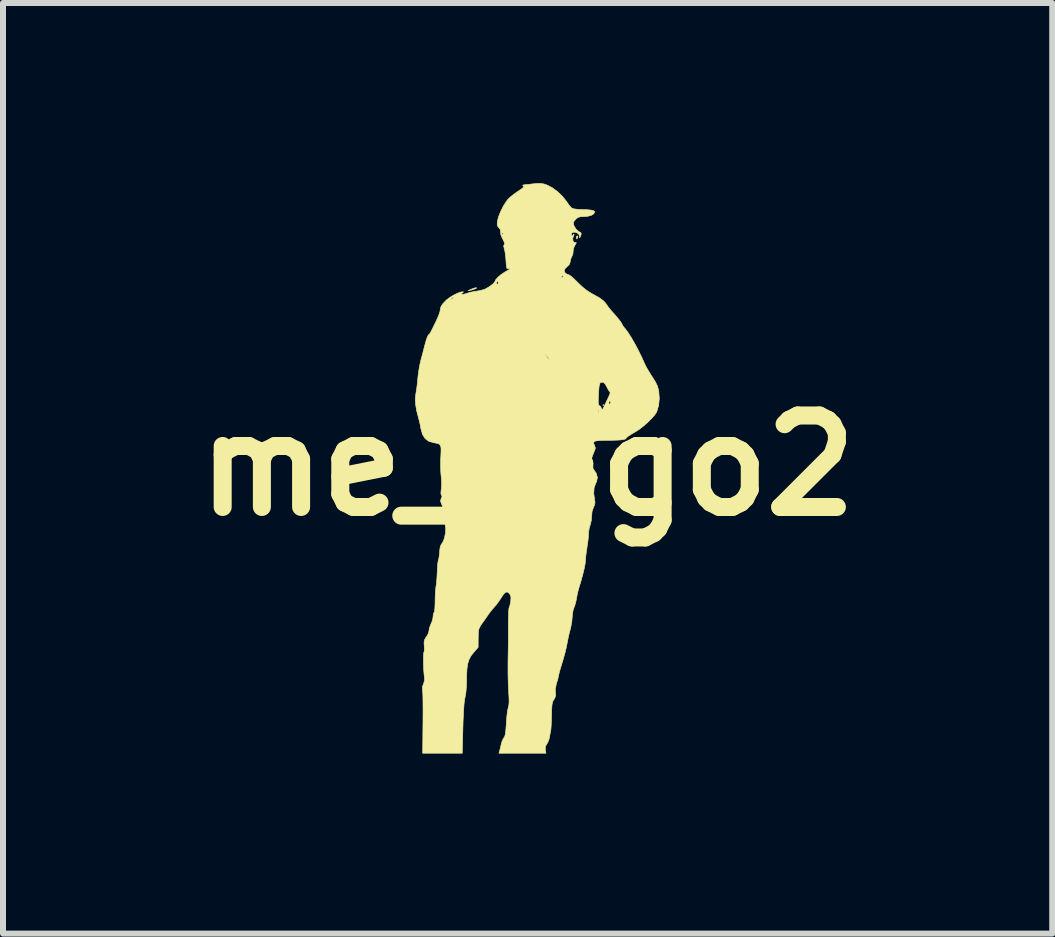
<source format=kicad_pcb>
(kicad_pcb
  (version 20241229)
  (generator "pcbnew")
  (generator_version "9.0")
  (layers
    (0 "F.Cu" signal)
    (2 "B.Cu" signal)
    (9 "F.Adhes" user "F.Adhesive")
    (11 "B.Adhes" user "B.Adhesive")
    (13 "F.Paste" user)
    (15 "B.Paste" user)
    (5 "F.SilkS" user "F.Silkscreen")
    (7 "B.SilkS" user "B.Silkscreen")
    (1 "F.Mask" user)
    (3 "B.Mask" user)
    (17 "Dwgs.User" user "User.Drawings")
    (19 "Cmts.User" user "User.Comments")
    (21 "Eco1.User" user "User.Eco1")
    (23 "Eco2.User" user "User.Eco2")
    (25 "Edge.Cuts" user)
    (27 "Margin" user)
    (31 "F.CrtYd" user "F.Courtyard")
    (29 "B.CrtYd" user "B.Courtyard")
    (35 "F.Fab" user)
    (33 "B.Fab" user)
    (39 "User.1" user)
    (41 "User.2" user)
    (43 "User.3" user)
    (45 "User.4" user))
  (footprint "me_logo2"
    (layer "F.Cu")
    (at 5.74 4.707)
    (property "Reference" "me_logo2" (at 0 0 0) (layer "F.SilkS") (effects (font (size 1.524 1.524) (thickness 0.3))))
    (attr through_hole)
    (fp_poly (pts (xy 1.27 -1.008) (xy 1.262 -0.999) (xy 1.253 -1.008) (xy 1.262 -1.016) (xy 1.27 -1.008)) (stroke (width 0.01) (type solid)) (fill yes) (layer "F.SilkS"))
    (fp_poly (pts (xy 0.839 -3.815) (xy 0.836 -3.802) (xy 0.824 -3.779) (xy 0.819 -3.776) (xy 0.814 -3.79) (xy 0.813 -3.802) (xy 0.822 -3.824) (xy 0.829 -3.827) (xy 0.839 -3.815)) (stroke (width 0.01) (type solid)) (fill yes) (layer "F.SilkS"))
    (fp_poly (pts (xy -0.852 -2.956) (xy -0.864 -2.948) (xy -0.898 -2.935) (xy -0.94 -2.924) (xy -0.991 -2.914) (xy -0.94 -2.938) (xy -0.902 -2.953) (xy -0.87 -2.962) (xy -0.851 -2.963) (xy -0.852 -2.956)) (stroke (width 0.01) (type solid)) (fill yes) (layer "F.SilkS"))
    (fp_poly (pts (xy 0.268 -4.693) (xy 0.324 -4.674) (xy 0.41 -4.63) (xy 0.499 -4.564) (xy 0.582 -4.485) (xy 0.649 -4.4) (xy 0.658 -4.387) (xy 0.692 -4.338) (xy 0.725 -4.3) (xy 0.742 -4.286) (xy 0.774 -4.277) (xy 0.829 -4.27) (xy 0.894 -4.266) (xy 0.899 -4.266) (xy 0.995 -4.263) (xy 1.061 -4.256) (xy 1.1 -4.246) (xy 1.117 -4.232) (xy 1.118 -4.225) (xy 1.102 -4.194) (xy 1.06 -4.169) (xy 0.998 -4.153) (xy 0.94 -4.149) (xy 0.879 -4.146) (xy 0.839 -4.134) (xy 0.807 -4.11) (xy 0.804 -4.107) (xy 0.775 -4.072) (xy 0.762 -4.044) (xy 0.762 -4.042) (xy 0.774 -3.993) (xy 0.805 -3.942) (xy 0.844 -3.904) (xy 0.855 -3.898) (xy 0.887 -3.88) (xy 0.894 -3.858) (xy 0.881 -3.819) (xy 0.881 -3.818) (xy 0.869 -3.796) (xy 0.866 -3.805) (xy 0.865 -3.823) (xy 0.852 -3.856) (xy 0.822 -3.878) (xy 0.784 -3.889) (xy 0.751 -3.886) (xy 0.73 -3.866) (xy 0.728 -3.853) (xy 0.737 -3.83) (xy 0.745 -3.827) (xy 0.761 -3.84) (xy 0.762 -3.847) (xy 0.769 -3.858) (xy 0.773 -3.856) (xy 0.773 -3.836) (xy 0.764 -3.82) (xy 0.752 -3.79) (xy 0.754 -3.754) (xy 0.766 -3.725) (xy 0.786 -3.714) (xy 0.789 -3.715) (xy 0.809 -3.719) (xy 0.809 -3.705) (xy 0.788 -3.669) (xy 0.784 -3.663) (xy 0.764 -3.615) (xy 0.759 -3.571) (xy 0.754 -3.521) (xy 0.738 -3.485) (xy 0.717 -3.438) (xy 0.711 -3.4) (xy 0.697 -3.353) (xy 0.66 -3.316) (xy 0.627 -3.285) (xy 0.61 -3.255) (xy 0.61 -3.251) (xy 0.624 -3.212) (xy 0.658 -3.187) (xy 0.676 -3.183) (xy 0.7 -3.172) (xy 0.739 -3.143) (xy 0.782 -3.103) (xy 0.856 -3.03) (xy 0.914 -2.976) (xy 0.965 -2.934) (xy 1.016 -2.898) (xy 1.075 -2.863) (xy 1.121 -2.838) (xy 1.204 -2.79) (xy 1.261 -2.748) (xy 1.298 -2.708) (xy 1.307 -2.696) (xy 1.342 -2.645) (xy 1.387 -2.589) (xy 1.408 -2.565) (xy 1.462 -2.504) (xy 1.511 -2.446) (xy 1.549 -2.397) (xy 1.571 -2.363) (xy 1.575 -2.352) (xy 1.585 -2.332) (xy 1.612 -2.297) (xy 1.63 -2.276) (xy 1.672 -2.22) (xy 1.724 -2.138) (xy 1.782 -2.039) (xy 1.841 -1.928) (xy 1.899 -1.811) (xy 1.951 -1.695) (xy 1.956 -1.685) (xy 1.978 -1.64) (xy 2.014 -1.579) (xy 2.056 -1.51) (xy 2.077 -1.479) (xy 2.128 -1.397) (xy 2.161 -1.33) (xy 2.18 -1.267) (xy 2.185 -1.242) (xy 2.194 -1.12) (xy 2.183 -1.002) (xy 2.152 -0.898) (xy 2.146 -0.885) (xy 2.116 -0.841) (xy 2.066 -0.785) (xy 2.003 -0.722) (xy 1.935 -0.662) (xy 1.868 -0.609) (xy 1.816 -0.575) (xy 1.728 -0.523) (xy 1.671 -0.486) (xy 1.645 -0.462) (xy 1.643 -0.457) (xy 1.631 -0.444) (xy 1.594 -0.433) (xy 1.53 -0.426) (xy 1.436 -0.422) (xy 1.335 -0.421) (xy 1.236 -0.42) (xy 1.166 -0.415) (xy 1.123 -0.407) (xy 1.103 -0.392) (xy 1.101 -0.369) (xy 1.114 -0.338) (xy 1.117 -0.331) (xy 1.129 -0.291) (xy 1.118 -0.255) (xy 1.102 -0.218) (xy 1.081 -0.163) (xy 1.065 -0.116) (xy 1.031 -0.014) (xy 1.09 0.051) (xy 1.143 0.127) (xy 1.163 0.199) (xy 1.149 0.269) (xy 1.136 0.293) (xy 1.108 0.37) (xy 1.102 0.466) (xy 1.117 0.565) (xy 1.123 0.62) (xy 1.111 0.668) (xy 1.099 0.692) (xy 1.074 0.766) (xy 1.067 0.843) (xy 1.062 0.908) (xy 1.049 0.971) (xy 1.041 0.993) (xy 1.025 1.05) (xy 1.016 1.116) (xy 1.016 1.132) (xy 1.013 1.187) (xy 1.005 1.261) (xy 0.993 1.339) (xy 0.991 1.355) (xy 0.979 1.432) (xy 0.97 1.507) (xy 0.965 1.566) (xy 0.965 1.575) (xy 0.959 1.634) (xy 0.943 1.718) (xy 0.917 1.823) (xy 0.884 1.942) (xy 0.856 2.032) (xy 0.839 2.093) (xy 0.823 2.167) (xy 0.815 2.213) (xy 0.802 2.278) (xy 0.785 2.336) (xy 0.773 2.366) (xy 0.758 2.41) (xy 0.747 2.472) (xy 0.743 2.525) (xy 0.736 2.604) (xy 0.72 2.69) (xy 0.709 2.735) (xy 0.69 2.806) (xy 0.672 2.891) (xy 0.658 2.963) (xy 0.643 3.037) (xy 0.621 3.128) (xy 0.595 3.221) (xy 0.582 3.263) (xy 0.558 3.342) (xy 0.536 3.416) (xy 0.521 3.475) (xy 0.516 3.5) (xy 0.503 3.559) (xy 0.483 3.624) (xy 0.479 3.636) (xy 0.461 3.73) (xy 0.464 3.777) (xy 0.467 3.832) (xy 0.452 3.876) (xy 0.439 3.897) (xy 0.424 3.921) (xy 0.413 3.95) (xy 0.406 3.991) (xy 0.402 4.049) (xy 0.399 4.131) (xy 0.398 4.171) (xy 0.396 4.256) (xy 0.393 4.33) (xy 0.389 4.387) (xy 0.385 4.417) (xy 0.385 4.42) (xy 0.377 4.452) (xy 0.369 4.501) (xy 0.367 4.516) (xy 0.353 4.574) (xy 0.328 4.627) (xy 0.322 4.634) (xy 0.296 4.682) (xy 0.295 4.733) (xy 0.296 4.737) (xy 0.306 4.792) (xy -0.478 4.792) (xy -0.466 4.754) (xy -0.456 4.714) (xy -0.443 4.659) (xy -0.439 4.641) (xy -0.423 4.587) (xy -0.402 4.544) (xy -0.395 4.535) (xy -0.381 4.512) (xy -0.371 4.473) (xy -0.363 4.412) (xy -0.356 4.325) (xy -0.355 4.296) (xy -0.349 4.21) (xy -0.34 4.131) (xy -0.331 4.068) (xy -0.322 4.032) (xy -0.312 3.992) (xy -0.308 3.936) (xy -0.31 3.858) (xy -0.314 3.795) (xy -0.322 3.642) (xy -0.326 3.462) (xy -0.326 3.262) (xy -0.323 3.099) (xy -0.322 3.038) (xy -0.321 2.952) (xy -0.321 2.851) (xy -0.321 2.742) (xy -0.321 2.677) (xy -0.32 2.58) (xy -0.318 2.494) (xy -0.315 2.425) (xy -0.311 2.38) (xy -0.307 2.364) (xy -0.297 2.337) (xy -0.286 2.29) (xy -0.281 2.259) (xy -0.277 2.201) (xy -0.284 2.162) (xy -0.302 2.133) (xy -0.333 2.107) (xy -0.365 2.109) (xy -0.4 2.141) (xy -0.436 2.196) (xy -0.475 2.256) (xy -0.524 2.321) (xy -0.551 2.353) (xy -0.594 2.402) (xy -0.631 2.449) (xy -0.648 2.472) (xy -0.672 2.507) (xy -0.708 2.559) (xy -0.748 2.616) (xy -0.749 2.616) (xy -0.783 2.665) (xy -0.804 2.703) (xy -0.816 2.739) (xy -0.821 2.786) (xy -0.822 2.854) (xy -0.823 2.873) (xy -0.824 3.028) (xy -0.893 3.107) (xy -0.941 3.167) (xy -0.975 3.229) (xy -0.997 3.299) (xy -1.01 3.385) (xy -1.016 3.494) (xy -1.016 3.55) (xy -1.019 3.671) (xy -1.027 3.774) (xy -1.04 3.851) (xy -1.041 3.855) (xy -1.052 3.912) (xy -1.061 3.998) (xy -1.068 4.114) (xy -1.075 4.261) (xy -1.078 4.373) (xy -1.089 4.792) (xy -1.748 4.792) (xy -1.743 4.288) (xy -1.742 4.159) (xy -1.742 4.039) (xy -1.743 3.933) (xy -1.744 3.845) (xy -1.747 3.781) (xy -1.75 3.744) (xy -1.751 3.74) (xy -1.752 3.682) (xy -1.735 3.64) (xy -1.716 3.575) (xy -1.719 3.524) (xy -1.725 3.478) (xy -1.73 3.415) (xy -1.733 3.342) (xy -1.735 3.267) (xy -1.735 3.198) (xy -1.733 3.144) (xy -1.729 3.112) (xy -1.726 3.107) (xy -1.721 3.087) (xy -1.72 3.044) (xy -1.722 3.005) (xy -1.725 2.946) (xy -1.718 2.906) (xy -1.698 2.869) (xy -1.687 2.854) (xy -1.658 2.806) (xy -1.643 2.758) (xy -1.643 2.748) (xy -1.634 2.702) (xy -1.614 2.648) (xy -1.609 2.637) (xy -1.586 2.581) (xy -1.575 2.525) (xy -1.575 2.516) (xy -1.57 2.473) (xy -1.559 2.448) (xy -1.558 2.447) (xy -1.551 2.426) (xy -1.545 2.379) (xy -1.542 2.312) (xy -1.541 2.262) (xy -1.539 2.177) (xy -1.535 2.094) (xy -1.528 2.026) (xy -1.524 2.001) (xy -1.516 1.941) (xy -1.51 1.863) (xy -1.506 1.781) (xy -1.505 1.765) (xy -1.502 1.693) (xy -1.496 1.628) (xy -1.489 1.583) (xy -1.486 1.575) (xy -1.476 1.534) (xy -1.468 1.475) (xy -1.466 1.435) (xy -1.458 1.365) (xy -1.441 1.318) (xy -1.428 1.3) (xy -1.402 1.256) (xy -1.382 1.192) (xy -1.368 1.121) (xy -1.363 1.056) (xy -1.37 1.012) (xy -1.377 0.958) (xy -1.368 0.89) (xy -1.361 0.845) (xy -1.362 0.809) (xy -1.374 0.769) (xy -1.399 0.713) (xy -1.406 0.7) (xy -1.434 0.64) (xy -1.447 0.602) (xy -1.448 0.575) (xy -1.439 0.55) (xy -1.438 0.547) (xy -1.425 0.512) (xy -1.434 0.494) (xy -1.444 0.471) (xy -1.442 0.419) (xy -1.438 0.392) (xy -1.432 0.315) (xy -1.435 0.223) (xy -1.441 0.171) (xy -1.447 0.097) (xy -1.449 0.004) (xy -1.449 -0.094) (xy -1.446 -0.144) (xy -1.442 -0.233) (xy -1.442 -0.294) (xy -1.451 -0.333) (xy -1.47 -0.357) (xy -1.503 -0.37) (xy -1.553 -0.379) (xy -1.558 -0.38) (xy -1.644 -0.404) (xy -1.707 -0.45) (xy -1.751 -0.52) (xy -1.778 -0.618) (xy -1.78 -0.627) (xy -1.792 -0.693) (xy -1.808 -0.759) (xy -1.811 -0.77) (xy -1.846 -0.906) (xy 1.172 -0.906) (xy 1.174 -0.877) (xy 1.179 -0.874) (xy 1.18 -0.876) (xy 1.183 -0.91) (xy 1.18 -0.927) (xy 1.175 -0.934) (xy 1.172 -0.911) (xy 1.172 -0.906) (xy -1.846 -0.906) (xy -1.847 -0.907) (xy -1.866 -1.02) (xy -1.869 -1.079) (xy 1.177 -1.079) (xy 1.179 -1.032) (xy 1.184 -1.007) (xy 1.195 -0.999) (xy 1.196 -0.999) (xy 1.216 -0.985) (xy 1.23 -0.955) (xy 1.236 -0.935) (xy 1.245 -0.934) (xy 1.26 -0.955) (xy 1.283 -1.003) (xy 1.29 -1.019) (xy 1.305 -1.05) (xy 1.355 -1.05) (xy 1.358 -1.023) (xy 1.371 -1.026) (xy 1.375 -1.03) (xy 1.387 -1.053) (xy 1.375 -1.07) (xy 1.36 -1.079) (xy 1.355 -1.058) (xy 1.355 -1.05) (xy 1.305 -1.05) (xy 1.32 -1.081) (xy 1.346 -1.137) (xy 1.363 -1.172) (xy 1.376 -1.211) (xy 1.37 -1.229) (xy 1.354 -1.249) (xy 1.331 -1.289) (xy 1.318 -1.314) (xy 1.291 -1.362) (xy 1.265 -1.385) (xy 1.243 -1.389) (xy 1.222 -1.386) (xy 1.207 -1.375) (xy 1.197 -1.351) (xy 1.19 -1.308) (xy 1.184 -1.241) (xy 1.18 -1.156) (xy 1.177 -1.079) (xy -1.869 -1.079) (xy -1.871 -1.115) (xy -1.862 -1.194) (xy -1.851 -1.259) (xy -1.84 -1.342) (xy -1.831 -1.43) (xy -1.829 -1.456) (xy -1.818 -1.548) (xy -1.802 -1.648) (xy -1.783 -1.736) (xy -1.779 -1.753) (xy -1.758 -1.831) (xy -1.747 -1.871) (xy 0.285 -1.871) (xy 0.316 -1.816) (xy 0.34 -1.775) (xy 0.352 -1.762) (xy 0.355 -1.774) (xy 0.345 -1.794) (xy 0.321 -1.827) (xy 0.32 -1.829) (xy 0.285 -1.871) (xy -1.747 -1.871) (xy -1.737 -1.912) (xy -1.72 -1.977) (xy -1.719 -1.981) (xy -1.696 -2.067) (xy -1.674 -2.133) (xy -1.656 -2.173) (xy -1.644 -2.184) (xy -1.635 -2.191) (xy -1.621 -2.213) (xy -1.599 -2.253) (xy -1.568 -2.316) (xy -1.525 -2.404) (xy -1.501 -2.457) (xy -1.477 -2.515) (xy -1.46 -2.566) (xy -1.456 -2.592) (xy -1.446 -2.642) (xy -1.416 -2.693) (xy -1.361 -2.75) (xy -1.346 -2.763) (xy -1.343 -2.766) (xy -1.285 -2.766) (xy -1.278 -2.765) (xy -1.256 -2.776) (xy -1.23 -2.795) (xy -1.227 -2.807) (xy -1.244 -2.804) (xy -1.266 -2.787) (xy -1.285 -2.766) (xy -1.343 -2.766) (xy -1.292 -2.804) (xy -1.227 -2.843) (xy -1.162 -2.874) (xy -1.107 -2.893) (xy -1.086 -2.895) (xy -1.068 -2.893) (xy -1.081 -2.881) (xy -1.083 -2.879) (xy -1.102 -2.861) (xy -1.095 -2.852) (xy -1.067 -2.853) (xy -1.024 -2.865) (xy -1.017 -2.868) (xy -0.959 -2.886) (xy -0.889 -2.901) (xy -0.851 -2.906) (xy -0.787 -2.917) (xy -0.728 -2.933) (xy -0.703 -2.943) (xy -0.647 -2.975) (xy -0.597 -3.011) (xy -0.561 -3.043) (xy -0.52 -3.043) (xy -0.517 -3.033) (xy -0.501 -3.015) (xy -0.492 -3.031) (xy -0.491 -3.051) (xy -0.495 -3.076) (xy -0.51 -3.07) (xy -0.51 -3.07) (xy -0.52 -3.043) (xy -0.561 -3.043) (xy -0.559 -3.045) (xy -0.542 -3.07) (xy -0.542 -3.072) (xy -0.528 -3.101) (xy -0.493 -3.139) (xy -0.48 -3.15) (xy 0.567 -3.15) (xy 0.569 -3.134) (xy 0.575 -3.133) (xy 0.592 -3.145) (xy 0.593 -3.15) (xy 0.587 -3.166) (xy 0.585 -3.167) (xy 0.571 -3.155) (xy 0.567 -3.15) (xy -0.48 -3.15) (xy -0.442 -3.182) (xy -0.383 -3.222) (xy -0.347 -3.243) (xy -0.303 -3.267) (xy -0.29 -3.279) (xy -0.306 -3.28) (xy -0.307 -3.28) (xy -0.328 -3.278) (xy -0.342 -3.284) (xy -0.35 -3.304) (xy -0.355 -3.345) (xy -0.36 -3.413) (xy -0.36 -3.419) (xy -0.367 -3.493) (xy -0.376 -3.559) (xy -0.386 -3.606) (xy -0.389 -3.614) (xy -0.399 -3.659) (xy -0.391 -3.679) (xy -0.383 -3.691) (xy -0.384 -3.708) (xy -0.395 -3.737) (xy -0.42 -3.786) (xy -0.43 -3.806) (xy -0.447 -3.851) (xy -0.448 -3.867) (xy -0.434 -3.867) (xy -0.432 -3.861) (xy -0.417 -3.845) (xy -0.414 -3.844) (xy -0.407 -3.857) (xy -0.406 -3.861) (xy -0.419 -3.877) (xy -0.424 -3.878) (xy -0.434 -3.867) (xy -0.448 -3.867) (xy -0.45 -3.89) (xy -0.449 -3.894) (xy -0.454 -3.933) (xy -0.476 -3.96) (xy -0.498 -3.987) (xy -0.506 -4.019) (xy -0.503 -4.069) (xy -0.502 -4.074) (xy -0.484 -4.146) (xy -0.449 -4.232) (xy -0.405 -4.321) (xy -0.355 -4.4) (xy -0.332 -4.431) (xy -0.293 -4.47) (xy -0.236 -4.516) (xy -0.173 -4.561) (xy -0.164 -4.567) (xy -0.105 -4.607) (xy -0.072 -4.634) (xy -0.064 -4.651) (xy -0.069 -4.658) (xy -0.082 -4.668) (xy -0.077 -4.674) (xy -0.046 -4.679) (xy -0.017 -4.682) (xy 0.023 -4.686) (xy 0.082 -4.693) (xy 0.129 -4.698) (xy 0.204 -4.702) (xy 0.268 -4.693)) (stroke (width 0.01) (type solid)) (fill yes) (layer "F.SilkS")))
  (gr_rect
    (start -3 -3)
    (end 14.481 12.504)
    (stroke (width 0.1) (type default))
    (fill no)
    (layer "Edge.Cuts")))
</source>
